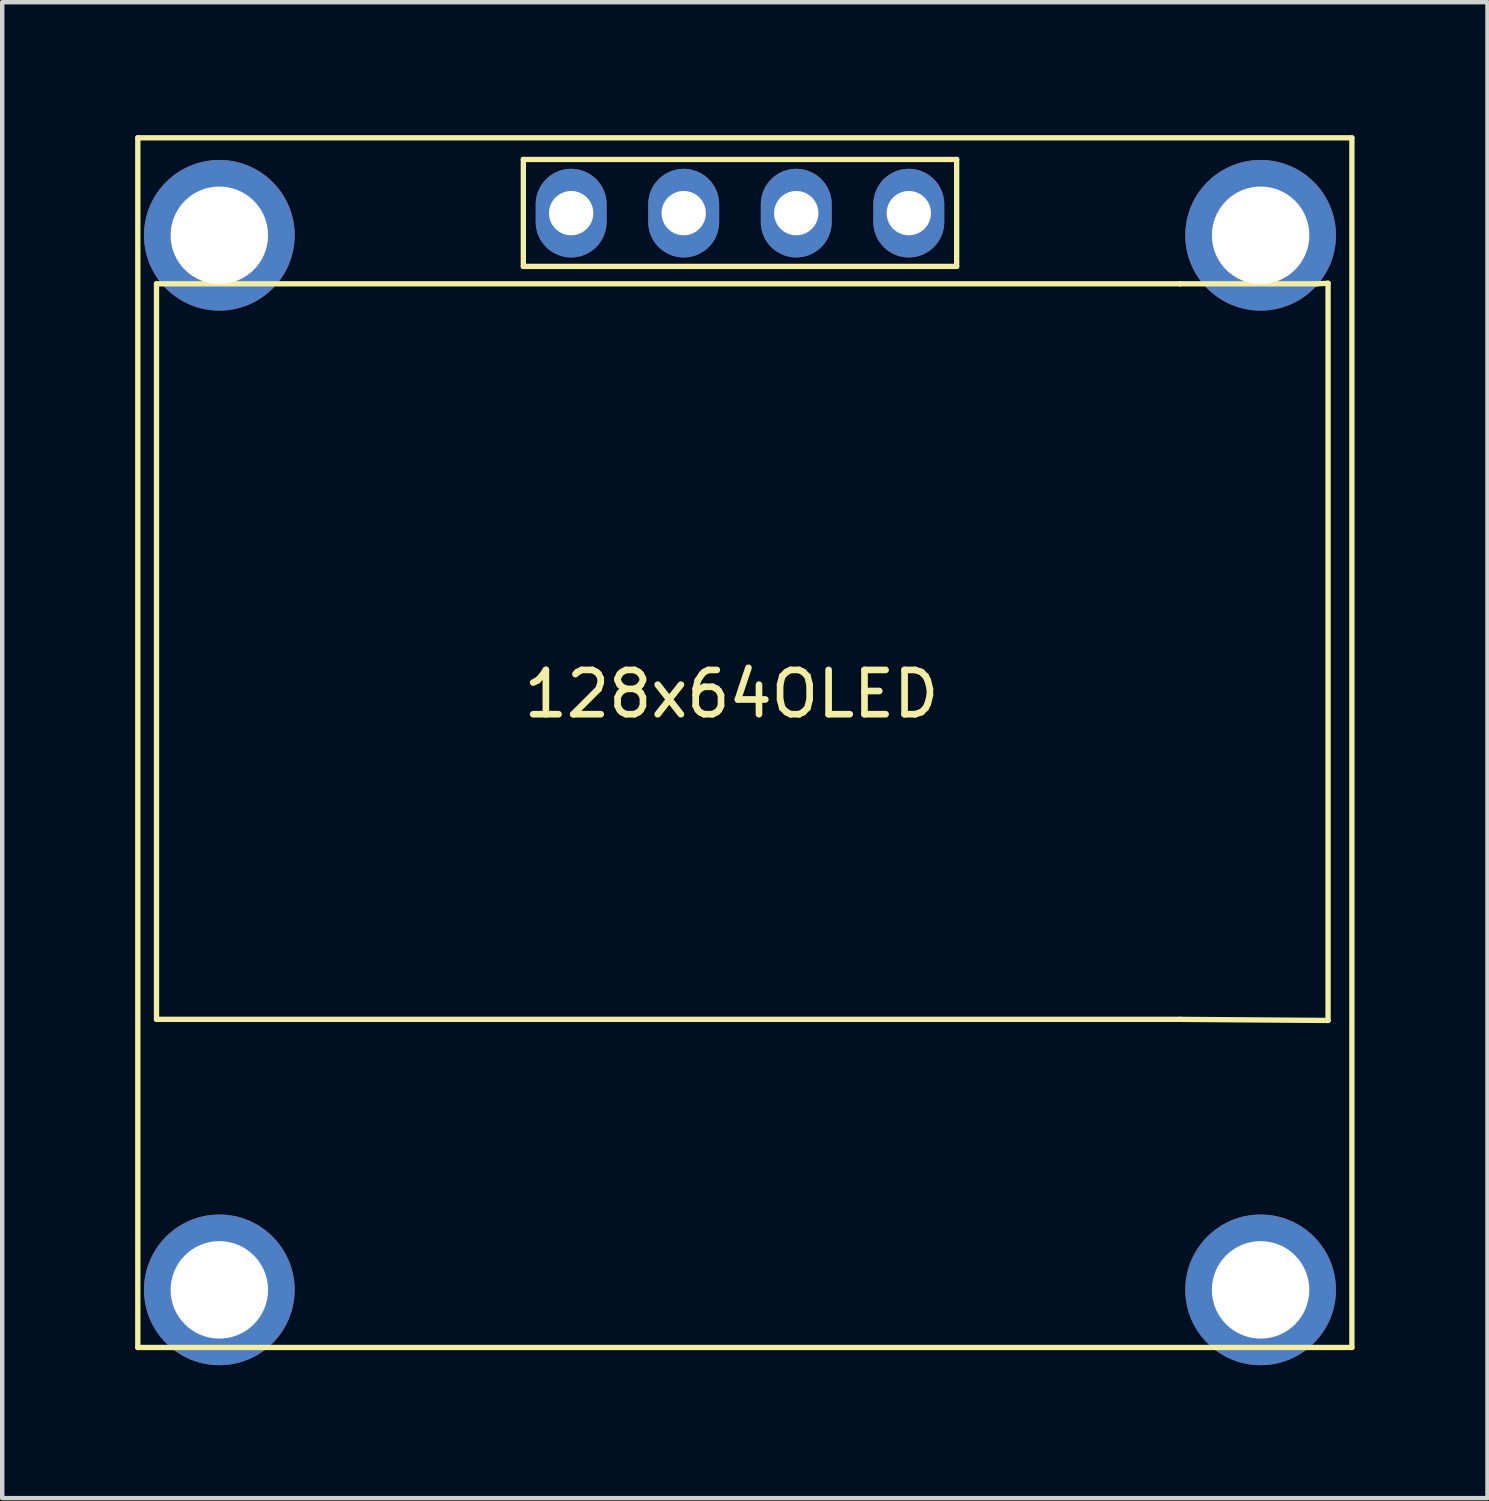
<source format=kicad_pcb>
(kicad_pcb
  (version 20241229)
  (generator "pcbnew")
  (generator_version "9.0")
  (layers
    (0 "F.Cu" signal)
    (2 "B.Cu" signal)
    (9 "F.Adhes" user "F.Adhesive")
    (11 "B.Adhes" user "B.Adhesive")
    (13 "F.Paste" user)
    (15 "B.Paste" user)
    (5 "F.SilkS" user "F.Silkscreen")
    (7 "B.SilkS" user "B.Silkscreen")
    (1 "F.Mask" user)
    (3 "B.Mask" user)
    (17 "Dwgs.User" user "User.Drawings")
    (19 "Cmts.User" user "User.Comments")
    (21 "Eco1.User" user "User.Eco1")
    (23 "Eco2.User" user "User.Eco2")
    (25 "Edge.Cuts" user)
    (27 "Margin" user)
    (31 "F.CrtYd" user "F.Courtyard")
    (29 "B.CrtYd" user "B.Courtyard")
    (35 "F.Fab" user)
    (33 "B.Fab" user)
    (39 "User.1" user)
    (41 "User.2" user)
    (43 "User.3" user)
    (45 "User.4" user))
  (footprint "128x64OLED"
    (layer "F.Cu")
    (at 13.46 12.36)
    (property "Reference" "128x64OLED" (at 0 0.254 0) (layer "F.SilkS") (effects (font (size 1 1) (thickness 0.15))))
    (attr through_hole)
    (fp_line (start -13.4 -12.3) (end 14 -12.3) (stroke (width 0.12) (type solid)) (layer "F.SilkS"))
    (fp_line (start -13.4 15) (end -13.4 -12.3) (stroke (width 0.12) (type solid)) (layer "F.SilkS"))
    (fp_line (start -12.978 -9.005) (end 10.122 -9.005) (stroke (width 0.12) (type solid)) (layer "F.SilkS"))
    (fp_line (start -12.978 7.595) (end -12.978 -9.005) (stroke (width 0.12) (type solid)) (layer "F.SilkS"))
    (fp_line (start -4.699 -11.811) (end -4.699 -9.398) (stroke (width 0.12) (type solid)) (layer "F.SilkS"))
    (fp_line (start -4.699 -11.811) (end 5.08 -11.811) (stroke (width 0.12) (type solid)) (layer "F.SilkS"))
    (fp_line (start 5.08 -11.811) (end 5.08 -9.398) (stroke (width 0.12) (type solid)) (layer "F.SilkS"))
    (fp_line (start 5.08 -9.398) (end -4.699 -9.398) (stroke (width 0.12) (type solid)) (layer "F.SilkS"))
    (fp_line (start 10.122 -9.005) (end 13.208 -9.005) (stroke (width 0.12) (type solid)) (layer "F.SilkS"))
    (fp_line (start 10.122 7.595) (end -12.978 7.595) (stroke (width 0.12) (type solid)) (layer "F.SilkS"))
    (fp_line (start 10.122 7.595) (end 13.462 7.62) (stroke (width 0.12) (type solid)) (layer "F.SilkS"))
    (fp_line (start 13.462 -9.017) (end 13.208 -9.005) (stroke (width 0.12) (type solid)) (layer "F.SilkS"))
    (fp_line (start 13.462 7.62) (end 13.462 -9.017) (stroke (width 0.12) (type solid)) (layer "F.SilkS"))
    (fp_line (start 14 -12.3) (end 14 15) (stroke (width 0.12) (type solid)) (layer "F.SilkS"))
    (fp_line (start 14 15) (end -13.4 15) (stroke (width 0.12) (type solid)) (layer "F.SilkS"))
    (pad "1" thru_hole oval (at -3.62 -10.6 90) (size 2 1.6) (drill 1) (layers "*.Cu" "*.Mask"))
    (pad "2" thru_hole oval (at -1.08 -10.6 90) (size 2 1.6) (drill 1) (layers "*.Cu" "*.Mask"))
    (pad "3" thru_hole oval (at 1.46 -10.6 90) (size 2 1.6) (drill 1) (layers "*.Cu" "*.Mask"))
    (pad "4" thru_hole oval (at 4 -10.6 90) (size 2 1.6) (drill 1) (layers "*.Cu" "*.Mask"))
    (pad "MP" thru_hole circle (at -11.56 -10.1) (size 3.4 3.4) (drill 2.2) (layers "*.Cu" "*.Mask"))
    (pad "MP" thru_hole circle (at -11.56 13.7) (size 3.4 3.4) (drill 2.2) (layers "*.Cu" "*.Mask"))
    (pad "MP" thru_hole circle (at 11.94 -10.1) (size 3.4 3.4) (drill 2.2) (layers "*.Cu" "*.Mask"))
    (pad "MP" thru_hole circle (at 11.94 13.7) (size 3.4 3.4) (drill 2.2) (layers "*.Cu" "*.Mask")))
  (gr_rect
    (start -3 -3)
    (end 30.52 30.76)
    (stroke (width 0.1) (type default))
    (fill no)
    (layer "Edge.Cuts")))
</source>
